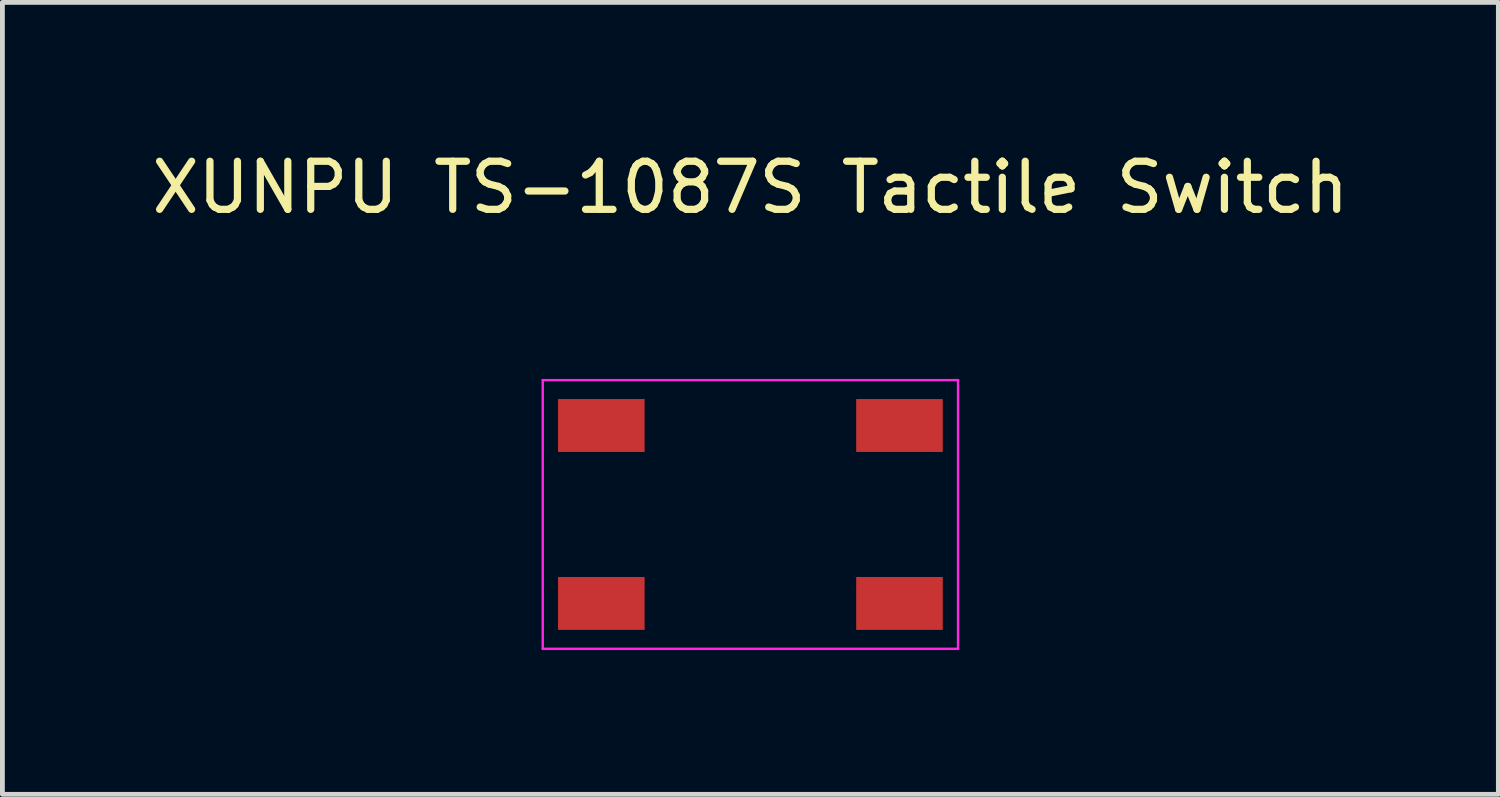
<source format=kicad_pcb>
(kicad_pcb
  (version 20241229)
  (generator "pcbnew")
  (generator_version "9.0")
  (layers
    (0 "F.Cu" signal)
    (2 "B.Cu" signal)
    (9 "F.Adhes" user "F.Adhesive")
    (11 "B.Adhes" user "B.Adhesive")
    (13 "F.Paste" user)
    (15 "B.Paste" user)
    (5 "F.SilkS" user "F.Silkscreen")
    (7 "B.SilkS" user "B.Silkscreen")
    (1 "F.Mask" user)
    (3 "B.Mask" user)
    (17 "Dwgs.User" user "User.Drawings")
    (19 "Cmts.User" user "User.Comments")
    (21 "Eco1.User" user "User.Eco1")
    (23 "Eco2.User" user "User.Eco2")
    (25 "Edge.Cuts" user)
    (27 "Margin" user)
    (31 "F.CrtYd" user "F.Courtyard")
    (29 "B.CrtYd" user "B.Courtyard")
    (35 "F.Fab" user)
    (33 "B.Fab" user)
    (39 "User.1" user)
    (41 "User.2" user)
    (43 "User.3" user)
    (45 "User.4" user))
  (footprint "XUNPU TS-1087S Tactile Switch"
    (layer "F.Cu")
    (at 12.554 7.648)
    (property "Reference" "XUNPU TS-1087S Tactile Switch" (at 0 -6.8 0) (layer "F.SilkS") (effects (font (size 1 1) (thickness 0.15))))
    (attr smd)
    (fp_line (start -4.318 -2.794) (end 4.318 -2.794) (stroke (width 0.05) (type default)) (layer "F.CrtYd"))
    (fp_line (start -4.318 2.794) (end -4.318 -2.794) (stroke (width 0.05) (type default)) (layer "F.CrtYd"))
    (fp_line (start 4.318 -2.794) (end 4.318 2.794) (stroke (width 0.05) (type default)) (layer "F.CrtYd"))
    (fp_line (start 4.318 2.794) (end -4.318 2.794) (stroke (width 0.05) (type default)) (layer "F.CrtYd"))
    (pad "1" smd rect (at -3.1 -1.85) (size 1.8 1.1) (layers "F.Cu" "F.Mask" "F.Paste"))
    (pad "1" smd rect (at 3.1 -1.85) (size 1.8 1.1) (layers "F.Cu" "F.Mask" "F.Paste"))
    (pad "2" smd rect (at -3.1 1.85) (size 1.8 1.1) (layers "F.Cu" "F.Mask" "F.Paste"))
    (pad "2" smd rect (at 3.1 1.85) (size 1.8 1.1) (layers "F.Cu" "F.Mask" "F.Paste")))
  (gr_rect
    (start -3 -3)
    (end 28.107 13.467)
    (stroke (width 0.1) (type default))
    (fill no)
    (layer "Edge.Cuts")))
</source>
